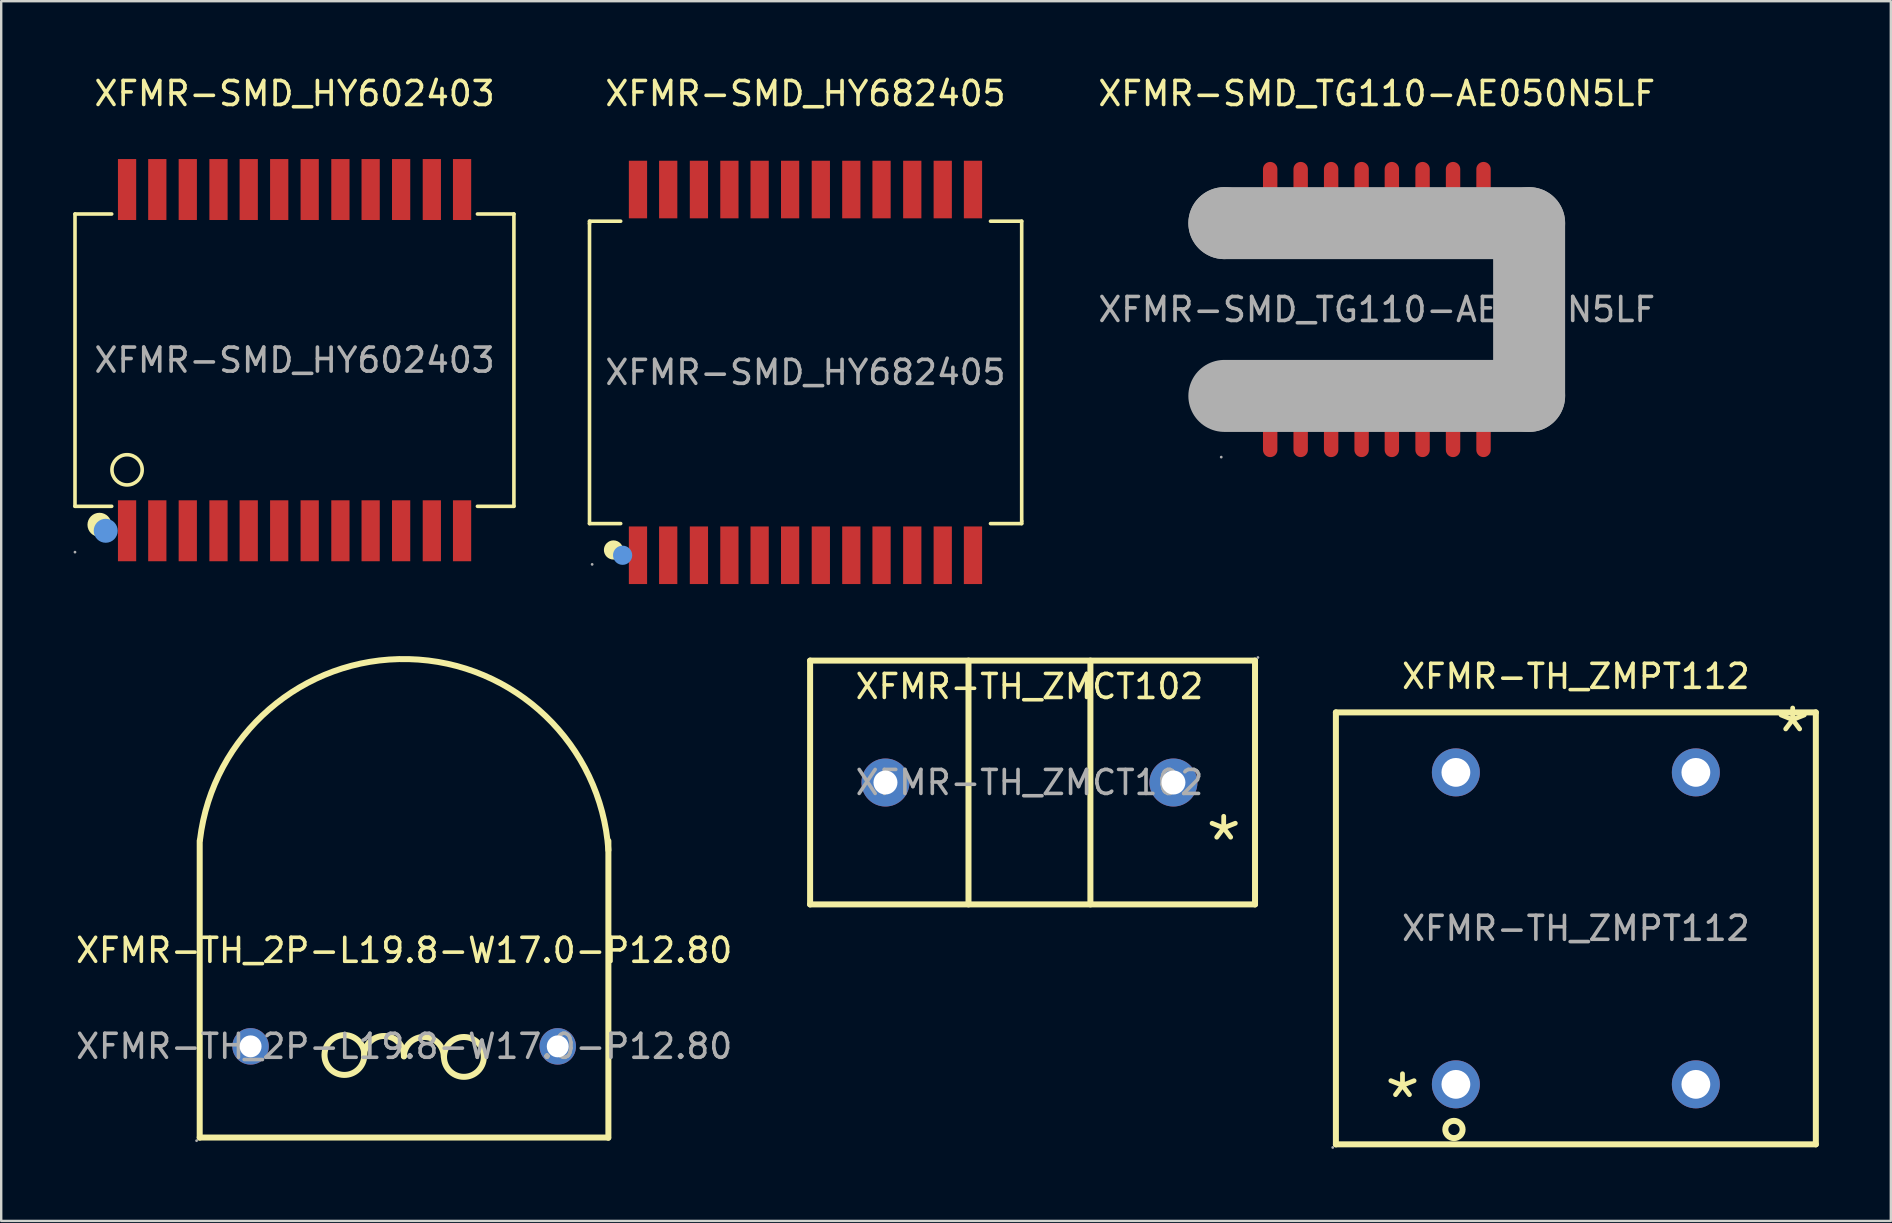
<source format=kicad_pcb>
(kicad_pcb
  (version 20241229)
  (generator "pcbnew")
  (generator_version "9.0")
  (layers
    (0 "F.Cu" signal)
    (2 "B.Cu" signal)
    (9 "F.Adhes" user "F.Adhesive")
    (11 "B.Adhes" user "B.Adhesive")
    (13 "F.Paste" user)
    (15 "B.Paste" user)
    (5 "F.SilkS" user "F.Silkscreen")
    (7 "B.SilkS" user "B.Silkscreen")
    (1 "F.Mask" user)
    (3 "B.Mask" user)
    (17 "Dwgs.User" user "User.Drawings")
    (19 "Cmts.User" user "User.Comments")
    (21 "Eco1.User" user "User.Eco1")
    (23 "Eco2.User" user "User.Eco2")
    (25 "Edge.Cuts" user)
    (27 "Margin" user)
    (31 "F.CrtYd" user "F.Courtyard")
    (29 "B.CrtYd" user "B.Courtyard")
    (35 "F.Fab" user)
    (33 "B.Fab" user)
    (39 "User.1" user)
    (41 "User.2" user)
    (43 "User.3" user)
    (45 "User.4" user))
  (footprint "XFMR-SMD_HY602403"
    (layer "F.Cu")
    (at 9.225 11.958)
    (property "Reference" "XFMR-SMD_HY602403" (at 0 -11.11 0) (layer "F.SilkS") (effects (font (size 1 1) (thickness 0.15))))
    (attr through_hole)
    (fp_line (start -9.15 -6.09) (end -7.62 -6.09) (stroke (width 0.15) (type solid)) (layer "F.SilkS"))
    (fp_line (start -9.15 6.09) (end -9.15 -6.09) (stroke (width 0.15) (type solid)) (layer "F.SilkS"))
    (fp_line (start -9.15 6.09) (end -7.62 6.09) (stroke (width 0.15) (type solid)) (layer "F.SilkS"))
    (fp_line (start 7.62 -6.09) (end 9.14 -6.09) (stroke (width 0.15) (type solid)) (layer "F.SilkS"))
    (fp_line (start 7.62 6.09) (end 9.14 6.09) (stroke (width 0.15) (type solid)) (layer "F.SilkS"))
    (fp_line (start 9.14 -6.09) (end 9.14 6.09) (stroke (width 0.15) (type solid)) (layer "F.SilkS"))
    (fp_circle (center -8.13 6.86) (end -7.88 6.86) (stroke (width 0.5) (type solid)) (fill no) (layer "F.SilkS"))
    (fp_circle (center -6.98 4.57) (end -6.35 4.57) (stroke (width 0.15) (type solid)) (fill no) (layer "F.SilkS"))
    (fp_circle (center -7.87 7.11) (end -7.62 7.11) (stroke (width 0.5) (type solid)) (fill no) (layer "Cmts.User"))
    (fp_circle (center -9.15 8) (end -9.12 8) (stroke (width 0.06) (type solid)) (fill no) (layer "F.Fab"))
    (fp_text user "${REFERENCE}" (at 0 0 0) (layer "F.Fab") (effects (font (size 1 1) (thickness 0.15))))
    (pad "1" smd rect (at -6.98 7.11 180) (size 0.76 2.54) (layers "F.Cu" "F.Mask" "F.Paste"))
    (pad "2" smd rect (at -5.72 7.11 180) (size 0.76 2.54) (layers "F.Cu" "F.Mask" "F.Paste"))
    (pad "3" smd rect (at -4.45 7.11 180) (size 0.76 2.54) (layers "F.Cu" "F.Mask" "F.Paste"))
    (pad "4" smd rect (at -3.17 7.11 180) (size 0.76 2.54) (layers "F.Cu" "F.Mask" "F.Paste"))
    (pad "5" smd rect (at -1.91 7.11 180) (size 0.76 2.54) (layers "F.Cu" "F.Mask" "F.Paste"))
    (pad "6" smd rect (at -0.64 7.11 180) (size 0.76 2.54) (layers "F.Cu" "F.Mask" "F.Paste"))
    (pad "7" smd rect (at 0.63 7.11 180) (size 0.76 2.54) (layers "F.Cu" "F.Mask" "F.Paste"))
    (pad "8" smd rect (at 1.91 7.11 180) (size 0.76 2.54) (layers "F.Cu" "F.Mask" "F.Paste"))
    (pad "9" smd rect (at 3.17 7.11 180) (size 0.76 2.54) (layers "F.Cu" "F.Mask" "F.Paste"))
    (pad "10" smd rect (at 4.44 7.11 180) (size 0.76 2.54) (layers "F.Cu" "F.Mask" "F.Paste"))
    (pad "11" smd rect (at 5.72 7.11 180) (size 0.76 2.54) (layers "F.Cu" "F.Mask" "F.Paste"))
    (pad "12" smd rect (at 6.98 7.11 180) (size 0.76 2.54) (layers "F.Cu" "F.Mask" "F.Paste"))
    (pad "13" smd rect (at 6.98 -7.11 180) (size 0.76 2.54) (layers "F.Cu" "F.Mask" "F.Paste"))
    (pad "14" smd rect (at 5.72 -7.11 180) (size 0.76 2.54) (layers "F.Cu" "F.Mask" "F.Paste"))
    (pad "15" smd rect (at 4.44 -7.11 180) (size 0.76 2.54) (layers "F.Cu" "F.Mask" "F.Paste"))
    (pad "16" smd rect (at 3.17 -7.11 180) (size 0.76 2.54) (layers "F.Cu" "F.Mask" "F.Paste"))
    (pad "17" smd rect (at 1.91 -7.11 180) (size 0.76 2.54) (layers "F.Cu" "F.Mask" "F.Paste"))
    (pad "18" smd rect (at 0.63 -7.11 180) (size 0.76 2.54) (layers "F.Cu" "F.Mask" "F.Paste"))
    (pad "19" smd rect (at -0.64 -7.11 180) (size 0.76 2.54) (layers "F.Cu" "F.Mask" "F.Paste"))
    (pad "20" smd rect (at -1.91 -7.11 180) (size 0.76 2.54) (layers "F.Cu" "F.Mask" "F.Paste"))
    (pad "21" smd rect (at -3.17 -7.11 180) (size 0.76 2.54) (layers "F.Cu" "F.Mask" "F.Paste"))
    (pad "22" smd rect (at -4.45 -7.11 180) (size 0.76 2.54) (layers "F.Cu" "F.Mask" "F.Paste"))
    (pad "23" smd rect (at -5.72 -7.11 180) (size 0.76 2.54) (layers "F.Cu" "F.Mask" "F.Paste"))
    (pad "24" smd rect (at -6.98 -7.11 180) (size 0.76 2.54) (layers "F.Cu" "F.Mask" "F.Paste")))
  (footprint "XFMR-SMD_TG110-AE050N5LF"
    (layer "F.Cu")
    (at 54.32 9.848)
    (property "Reference" "XFMR-SMD_TG110-AE050N5LF" (at 0 -9 0) (layer "F.SilkS") (effects (font (size 1 1) (thickness 0.15))))
    (attr through_hole)
    (fp_arc (start -5.33 2.42) (mid -5.325 3.019958) (end -5.339999 2.420167) (stroke (width 0.6) (type solid)) (layer "F.SilkS"))
    (fp_line (start -6.35 -3.6) (end -6.35 -3.6) (stroke (width 3) (type solid)) (layer "F.Fab"))
    (fp_line (start -6.35 -3.6) (end 6.35 -3.6) (stroke (width 3) (type solid)) (layer "F.Fab"))
    (fp_line (start 6.35 -3.6) (end 6.35 3.6) (stroke (width 3) (type solid)) (layer "F.Fab"))
    (fp_line (start 6.35 3.6) (end -6.35 3.6) (stroke (width 3) (type solid)) (layer "F.Fab"))
    (fp_circle (center -6.48 6.15) (end -6.45 6.15) (stroke (width 0.06) (type solid)) (fill no) (layer "F.Fab"))
    (fp_text user "${REFERENCE}" (at 0 0 0) (layer "F.Fab") (effects (font (size 1 1) (thickness 0.15))))
    (pad "1" smd oval (at -4.44 5 180) (size 0.6 2.3) (layers "F.Cu" "F.Mask" "F.Paste"))
    (pad "2" smd oval (at -3.17 5 180) (size 0.6 2.3) (layers "F.Cu" "F.Mask" "F.Paste"))
    (pad "3" smd oval (at -1.9 5 180) (size 0.6 2.3) (layers "F.Cu" "F.Mask" "F.Paste"))
    (pad "4" smd oval (at -0.63 5 180) (size 0.6 2.3) (layers "F.Cu" "F.Mask" "F.Paste"))
    (pad "5" smd oval (at 0.63 5 180) (size 0.6 2.3) (layers "F.Cu" "F.Mask" "F.Paste"))
    (pad "6" smd oval (at 1.91 5 180) (size 0.6 2.3) (layers "F.Cu" "F.Mask" "F.Paste"))
    (pad "7" smd oval (at 3.18 5 180) (size 0.6 2.3) (layers "F.Cu" "F.Mask" "F.Paste"))
    (pad "8" smd oval (at 4.45 5 180) (size 0.6 2.3) (layers "F.Cu" "F.Mask" "F.Paste"))
    (pad "9" smd oval (at 4.45 -5 180) (size 0.6 2.3) (layers "F.Cu" "F.Mask" "F.Paste"))
    (pad "10" smd oval (at 3.18 -5 180) (size 0.6 2.3) (layers "F.Cu" "F.Mask" "F.Paste"))
    (pad "11" smd oval (at 1.91 -5 180) (size 0.6 2.3) (layers "F.Cu" "F.Mask" "F.Paste"))
    (pad "12" smd oval (at 0.63 -5 180) (size 0.6 2.3) (layers "F.Cu" "F.Mask" "F.Paste"))
    (pad "13" smd oval (at -0.63 -5 180) (size 0.6 2.3) (layers "F.Cu" "F.Mask" "F.Paste"))
    (pad "14" smd oval (at -1.9 -5 180) (size 0.6 2.3) (layers "F.Cu" "F.Mask" "F.Paste"))
    (pad "15" smd oval (at -3.17 -5 180) (size 0.6 2.3) (layers "F.Cu" "F.Mask" "F.Paste"))
    (pad "16" smd oval (at -4.44 -5 180) (size 0.6 2.3) (layers "F.Cu" "F.Mask" "F.Paste")))
  (footprint "XFMR-TH_ZMPT112"
    (layer "F.Cu")
    (at 62.618 35.636)
    (property "Reference" "XFMR-TH_ZMPT112" (at 0 -10.5 0) (layer "F.SilkS") (effects (font (size 1 1) (thickness 0.15))))
    (attr through_hole)
    (fp_line (start -10 9) (end -10 -9) (stroke (width 0.25) (type solid)) (layer "F.SilkS"))
    (fp_line (start -10 9) (end 10 9) (stroke (width 0.25) (type solid)) (layer "F.SilkS"))
    (fp_line (start 10 -9) (end -10 -9) (stroke (width 0.25) (type solid)) (layer "F.SilkS"))
    (fp_line (start 10 -9) (end 10 9) (stroke (width 0.25) (type solid)) (layer "F.SilkS"))
    (fp_circle (center -5.08 8.38) (end -4.72 8.38) (stroke (width 0.25) (type solid)) (fill no) (layer "F.SilkS"))
    (fp_circle (center -10.13 9.13) (end -10.1 9.13) (stroke (width 0.06) (type solid)) (fill no) (layer "F.Fab"))
    (fp_circle (center -5 -6.5) (end -4.75 -6.5) (stroke (width 0.5) (type solid)) (fill no) (layer "F.Fab"))
    (fp_circle (center -5 6.5) (end -4.75 6.5) (stroke (width 0.5) (type solid)) (fill no) (layer "F.Fab"))
    (fp_circle (center 5 -6.5) (end 5.25 -6.5) (stroke (width 0.5) (type solid)) (fill no) (layer "F.Fab"))
    (fp_circle (center 5 6.5) (end 5.25 6.5) (stroke (width 0.5) (type solid)) (fill no) (layer "F.Fab"))
    (fp_text user "*" (at -8.13 7.16 0) (layer "F.SilkS") (effects (font (size 2.03 2.03) (thickness 0.2)) (justify left)))
    (fp_text user "*" (at 8.13 -8.08 0) (layer "F.SilkS") (effects (font (size 2.03 2.03) (thickness 0.2)) (justify left)))
    (fp_text user "${REFERENCE}" (at 0 0 0) (layer "F.Fab") (effects (font (size 1 1) (thickness 0.15))))
    (pad "1" thru_hole circle (at -5 6.5) (size 2 2) (drill 1.2) (layers "*.Cu" "*.Paste" "*.Mask"))
    (pad "2" thru_hole circle (at -5 -6.5) (size 2 2) (drill 1.2) (layers "*.Cu" "*.Paste" "*.Mask"))
    (pad "3" thru_hole circle (at 5 -6.5) (size 2 2) (drill 1.2) (layers "*.Cu" "*.Paste" "*.Mask"))
    (pad "4" thru_hole circle (at 5 6.5) (size 2 2) (drill 1.2) (layers "*.Cu" "*.Paste" "*.Mask")))
  (footprint "XFMR-TH_ZMCT102"
    (layer "F.Cu")
    (at 39.848 29.558)
    (property "Reference" "XFMR-TH_ZMCT102" (at 0 -4 0) (layer "F.SilkS") (effects (font (size 1 1) (thickness 0.15))))
    (attr through_hole)
    (fp_line (start -9.14 -5.08) (end -9.14 5.08) (stroke (width 0.25) (type solid)) (layer "F.SilkS"))
    (fp_line (start -9.14 -5.08) (end 9.4 -5.08) (stroke (width 0.25) (type solid)) (layer "F.SilkS"))
    (fp_line (start -9.14 5.08) (end 9.4 5.08) (stroke (width 0.25) (type solid)) (layer "F.SilkS"))
    (fp_line (start -2.54 -5.08) (end -2.54 5.08) (stroke (width 0.25) (type solid)) (layer "F.SilkS"))
    (fp_line (start 2.54 5.08) (end 2.54 -5.08) (stroke (width 0.25) (type solid)) (layer "F.SilkS"))
    (fp_line (start 9.4 5.08) (end 9.4 -5.08) (stroke (width 0.25) (type solid)) (layer "F.SilkS"))
    (fp_circle (center -6 0) (end -5.8 0) (stroke (width 0.4) (type solid)) (fill no) (layer "F.Fab"))
    (fp_circle (center 6 0) (end 6.2 0) (stroke (width 0.4) (type solid)) (fill no) (layer "F.Fab"))
    (fp_circle (center 9.52 -5.21) (end 9.55 -5.21) (stroke (width 0.06) (type solid)) (fill no) (layer "F.Fab"))
    (fp_text user "*" (at 7.19 2.51 0) (layer "F.SilkS") (effects (font (size 2.03 2.03) (thickness 0.2)) (justify left)))
    (fp_text user "${REFERENCE}" (at 0 0 0) (layer "F.Fab") (effects (font (size 1 1) (thickness 0.15))))
    (pad "1" thru_hole circle (at 6 0) (size 2 2) (drill 1) (layers "*.Cu" "*.Paste" "*.Mask"))
    (pad "2" thru_hole circle (at -6 0) (size 2 2) (drill 1) (layers "*.Cu" "*.Paste" "*.Mask")))
  (footprint "XFMR-TH_2P-L19.8-W17.0-P12.80"
    (layer "F.Cu")
    (at 13.792 40.553)
    (property "Reference" "XFMR-TH_2P-L19.8-W17.0-P12.80" (at 0 -4 0) (layer "F.SilkS") (effects (font (size 1 1) (thickness 0.15))))
    (attr through_hole)
    (fp_line (start -8.52 3.8) (end -8.52 -8.57) (stroke (width 0.25) (type solid)) (layer "F.SilkS"))
    (fp_line (start -8.52 3.8) (end 8.5 3.8) (stroke (width 0.25) (type solid)) (layer "F.SilkS"))
    (fp_line (start 8.51 3.81) (end 8.51 -8.56) (stroke (width 0.25) (type solid)) (layer "F.SilkS"))
    (fp_arc (start -8.51 -8.6) (mid 0.192505 -16.137224) (end 8.509702 -8.176848) (stroke (width 0.25) (type solid)) (layer "F.SilkS"))
    (fp_arc (start -3.319699 0.335516) (mid -1.660119 0.377243) (end -3.32 0.35) (stroke (width 0.25) (type solid)) (layer "F.SilkS"))
    (fp_arc (start -1.67 0.38) (mid -0.83 -0.44) (end -0.01 0.4) (stroke (width 0.25) (type solid)) (layer "F.SilkS"))
    (fp_arc (start -0.01 0.42) (mid 0.83 -0.4) (end 1.65 0.44) (stroke (width 0.25) (type solid)) (layer "F.SilkS"))
    (fp_arc (start 1.660301 0.415516) (mid 3.319881 0.457243) (end 1.66 0.43) (stroke (width 0.25) (type solid)) (layer "F.SilkS"))
    (fp_circle (center -8.65 3.93) (end -8.62 3.93) (stroke (width 0.06) (type solid)) (fill no) (layer "F.Fab"))
    (fp_circle (center -6.4 0) (end -6.22 0) (stroke (width 0.36) (type solid)) (fill no) (layer "F.Fab"))
    (fp_circle (center 6.4 0) (end 6.58 0) (stroke (width 0.36) (type solid)) (fill no) (layer "F.Fab"))
    (fp_text user "${REFERENCE}" (at 0 0 0) (layer "F.Fab") (effects (font (size 1 1) (thickness 0.15))))
    (pad "1" thru_hole circle (at -6.4 0) (size 1.52 1.52) (drill 0.914) (layers "*.Cu" "*.Paste" "*.Mask"))
    (pad "2" thru_hole circle (at 6.4 0) (size 1.52 1.52) (drill 0.914) (layers "*.Cu" "*.Paste" "*.Mask")))
  (footprint "XFMR-SMD_HY682405"
    (layer "F.Cu")
    (at 30.515 12.468)
    (property "Reference" "XFMR-SMD_HY682405" (at 0 -11.62 0) (layer "F.SilkS") (effects (font (size 1 1) (thickness 0.15))))
    (attr through_hole)
    (fp_line (start -9 -6.3) (end -7.7 -6.3) (stroke (width 0.15) (type solid)) (layer "F.SilkS"))
    (fp_line (start -9 -6.2) (end -9 -6.3) (stroke (width 0.15) (type solid)) (layer "F.SilkS"))
    (fp_line (start -9 6.3) (end -9 -6.2) (stroke (width 0.15) (type solid)) (layer "F.SilkS"))
    (fp_line (start -7.7 6.3) (end -9 6.3) (stroke (width 0.15) (type solid)) (layer "F.SilkS"))
    (fp_line (start 7.71 -6.3) (end 9.01 -6.3) (stroke (width 0.15) (type solid)) (layer "F.SilkS"))
    (fp_line (start 9.01 -6.3) (end 9.01 6.2) (stroke (width 0.15) (type solid)) (layer "F.SilkS"))
    (fp_line (start 9.01 6.2) (end 9.01 6.3) (stroke (width 0.15) (type solid)) (layer "F.SilkS"))
    (fp_line (start 9.01 6.3) (end 7.71 6.3) (stroke (width 0.15) (type solid)) (layer "F.SilkS"))
    (fp_circle (center -8 7.4) (end -7.8 7.4) (stroke (width 0.4) (type solid)) (fill no) (layer "F.SilkS"))
    (fp_circle (center -7.62 7.62) (end -7.42 7.62) (stroke (width 0.4) (type solid)) (fill no) (layer "Cmts.User"))
    (fp_circle (center -8.89 8) (end -8.86 8) (stroke (width 0.06) (type solid)) (fill no) (layer "F.Fab"))
    (fp_text user "${REFERENCE}" (at 0 0 0) (layer "F.Fab") (effects (font (size 1 1) (thickness 0.15))))
    (pad "1" smd rect (at -6.98 7.62 180) (size 0.76 2.4) (layers "F.Cu" "F.Mask" "F.Paste"))
    (pad "2" smd rect (at -5.72 7.62 180) (size 0.76 2.4) (layers "F.Cu" "F.Mask" "F.Paste"))
    (pad "3" smd rect (at -4.44 7.62 180) (size 0.76 2.4) (layers "F.Cu" "F.Mask" "F.Paste"))
    (pad "4" smd rect (at -3.17 7.62 180) (size 0.76 2.4) (layers "F.Cu" "F.Mask" "F.Paste"))
    (pad "5" smd rect (at -1.91 7.62 180) (size 0.76 2.4) (layers "F.Cu" "F.Mask" "F.Paste"))
    (pad "6" smd rect (at -0.64 7.62 180) (size 0.76 2.4) (layers "F.Cu" "F.Mask" "F.Paste"))
    (pad "7" smd rect (at 0.64 7.62 180) (size 0.76 2.4) (layers "F.Cu" "F.Mask" "F.Paste"))
    (pad "8" smd rect (at 1.91 7.62 180) (size 0.76 2.4) (layers "F.Cu" "F.Mask" "F.Paste"))
    (pad "9" smd rect (at 3.17 7.62 180) (size 0.76 2.4) (layers "F.Cu" "F.Mask" "F.Paste"))
    (pad "10" smd rect (at 4.45 7.62 180) (size 0.76 2.4) (layers "F.Cu" "F.Mask" "F.Paste"))
    (pad "11" smd rect (at 5.72 7.62 180) (size 0.76 2.4) (layers "F.Cu" "F.Mask" "F.Paste"))
    (pad "12" smd rect (at 6.98 7.62 180) (size 0.76 2.4) (layers "F.Cu" "F.Mask" "F.Paste"))
    (pad "13" smd rect (at 6.98 -7.62) (size 0.76 2.4) (layers "F.Cu" "F.Mask" "F.Paste"))
    (pad "14" smd rect (at 5.72 -7.62) (size 0.76 2.4) (layers "F.Cu" "F.Mask" "F.Paste"))
    (pad "15" smd rect (at 4.45 -7.62) (size 0.76 2.4) (layers "F.Cu" "F.Mask" "F.Paste"))
    (pad "16" smd rect (at 3.17 -7.62) (size 0.76 2.4) (layers "F.Cu" "F.Mask" "F.Paste"))
    (pad "17" smd rect (at 1.91 -7.62) (size 0.76 2.4) (layers "F.Cu" "F.Mask" "F.Paste"))
    (pad "18" smd rect (at 0.64 -7.62) (size 0.76 2.4) (layers "F.Cu" "F.Mask" "F.Paste"))
    (pad "19" smd rect (at -0.64 -7.62) (size 0.76 2.4) (layers "F.Cu" "F.Mask" "F.Paste"))
    (pad "20" smd rect (at -1.91 -7.62) (size 0.76 2.4) (layers "F.Cu" "F.Mask" "F.Paste"))
    (pad "21" smd rect (at -3.17 -7.62 180) (size 0.76 2.4) (layers "F.Cu" "F.Mask" "F.Paste"))
    (pad "22" smd rect (at -4.44 -7.62 180) (size 0.76 2.4) (layers "F.Cu" "F.Mask" "F.Paste"))
    (pad "23" smd rect (at -5.72 -7.62 180) (size 0.76 2.4) (layers "F.Cu" "F.Mask" "F.Paste"))
    (pad "24" smd rect (at -6.98 -7.62 180) (size 0.76 2.4) (layers "F.Cu" "F.Mask" "F.Paste")))
  (gr_rect
    (start -3 -3)
    (end 75.743 47.827)
    (stroke (width 0.1) (type default))
    (fill no)
    (layer "Edge.Cuts")))
</source>
